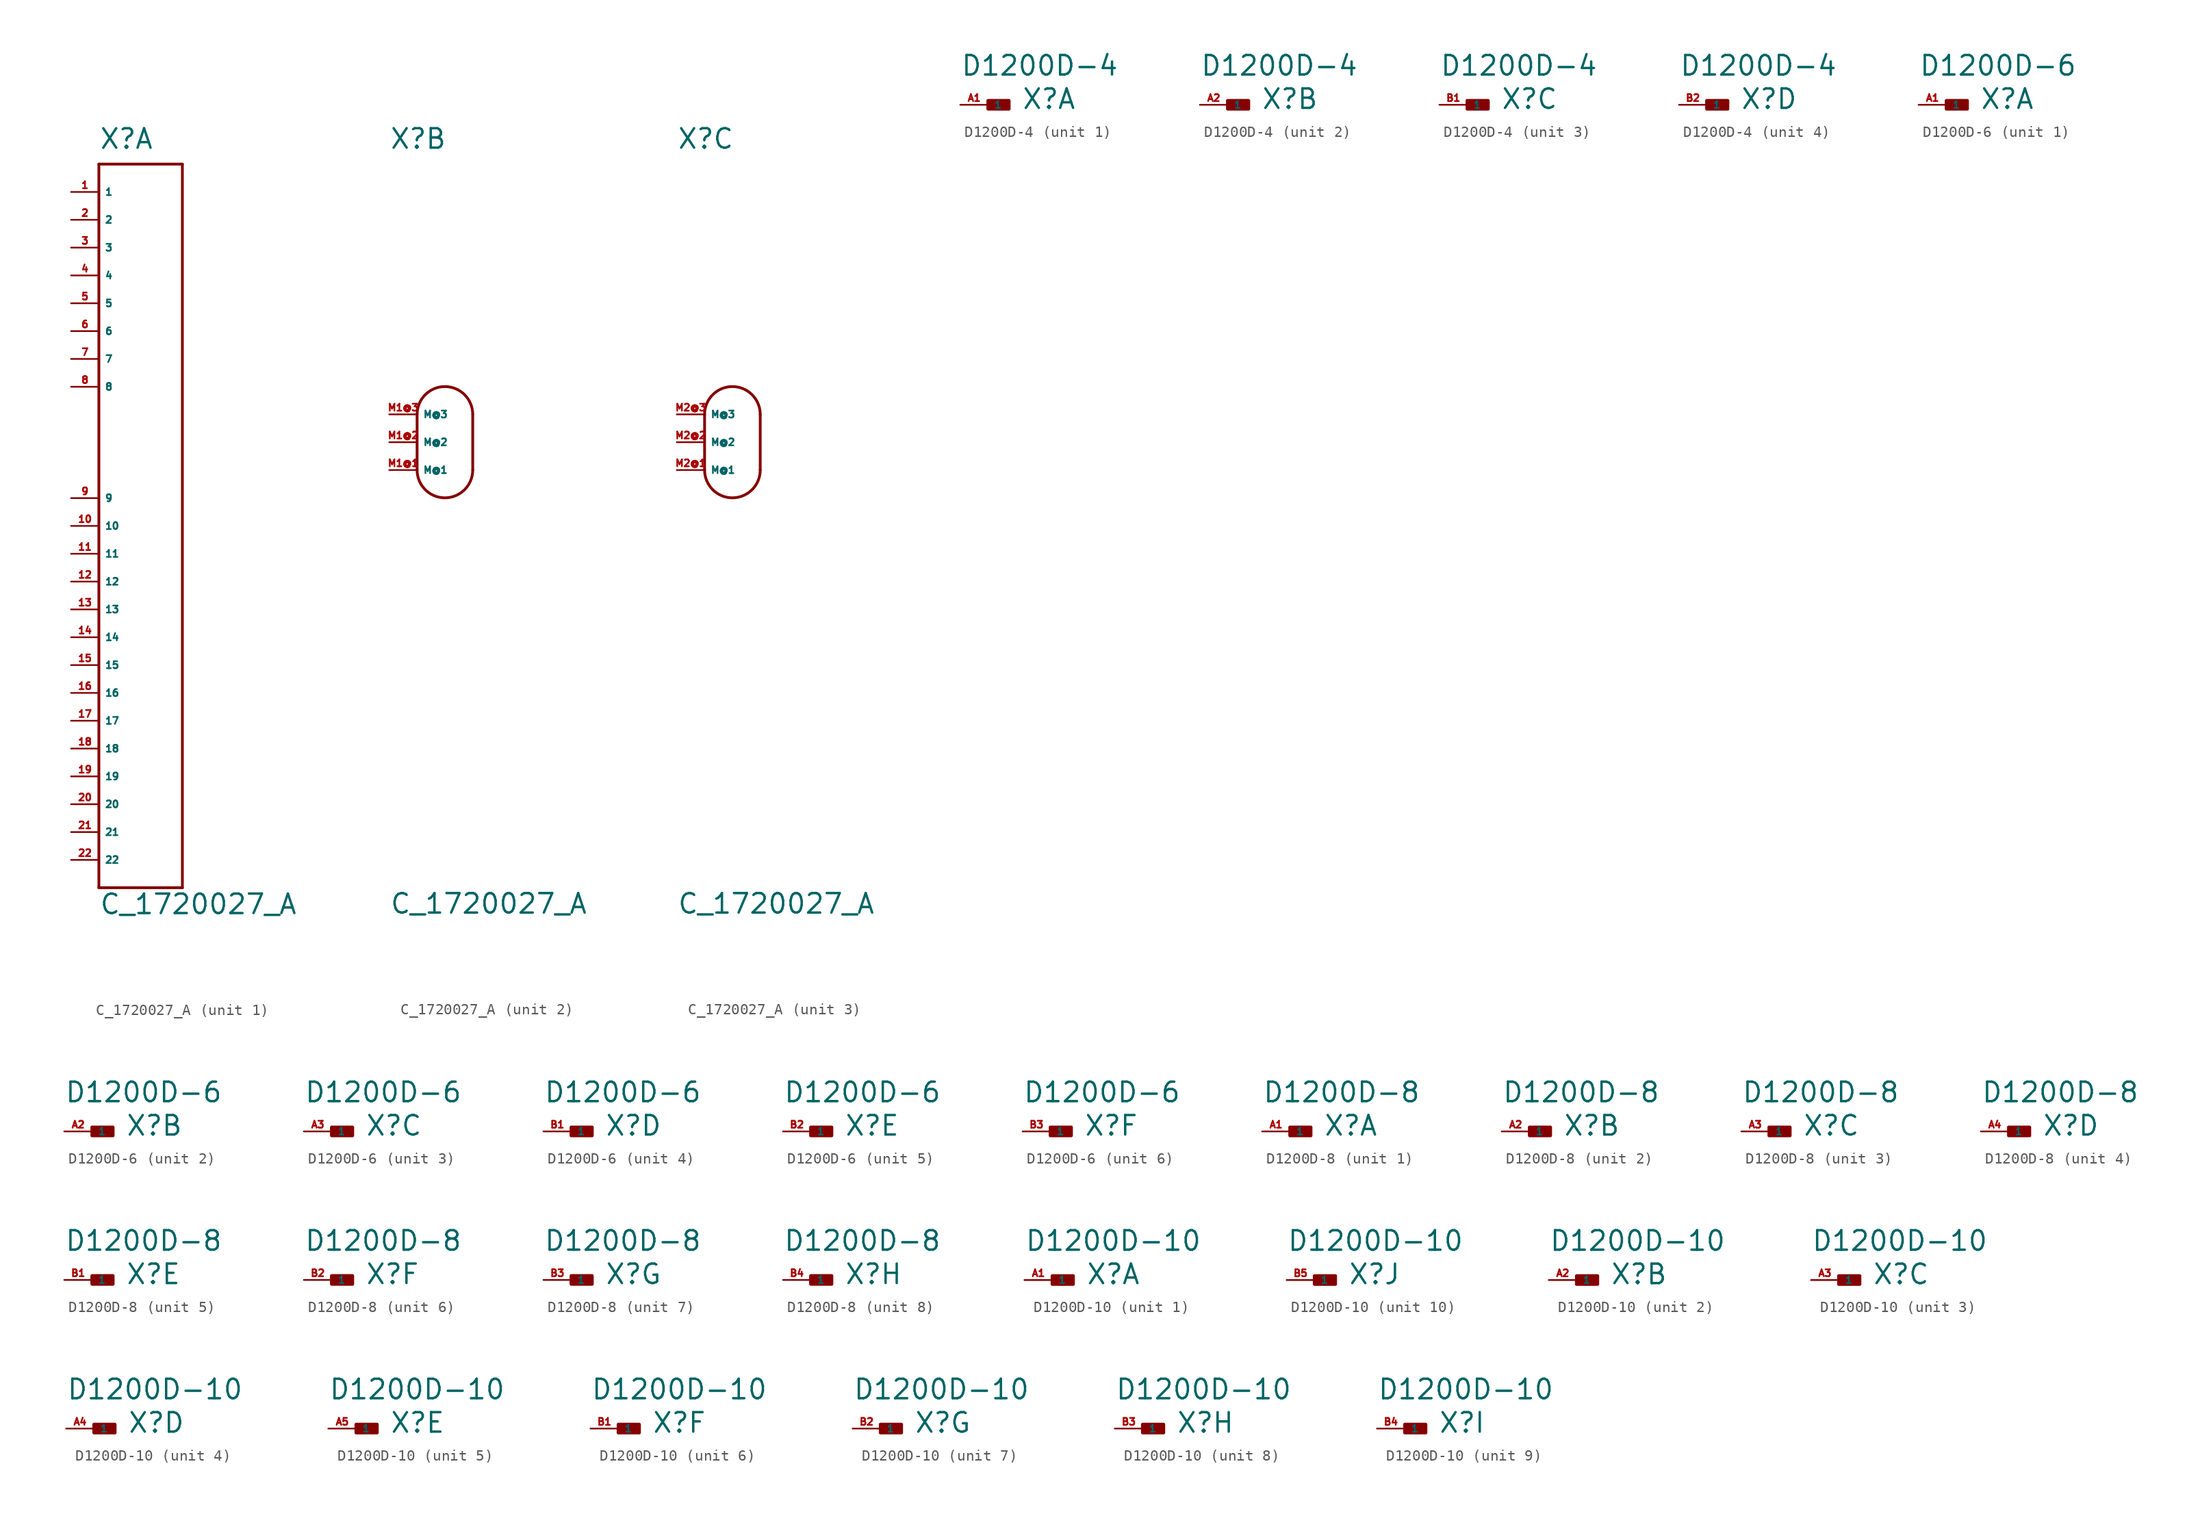
<source format=kicad_sym>
(kicad_symbol_lib
  (version 20220914)
  (generator Eagle2Kicad)
  (symbol "C_1720027_A"
    (property "Reference" "X"
      (at -2.54 26.67 0)
      (effects (font (size 1.778 1.778) (thickness 0.22)) (justify left bottom)))
    (property "Value" "C_1720027_A"
      (at -2.54 -43.18 0)
      (effects (font (size 1.778 1.778) (thickness 0.22)) (justify left bottom)))
    (symbol "C_1720027_A_1_0"
      (polyline (pts (xy -2.54 25.4) (xy -2.54 -40.64)) (stroke (width 0.254) (type default)) (fill (type none)))
      (polyline (pts (xy -2.54 -40.64) (xy 5.08 -40.64)) (stroke (width 0.254) (type default)) (fill (type none)))
      (polyline (pts (xy 5.08 -40.64) (xy 5.08 25.4)) (stroke (width 0.254) (type default)) (fill (type none)))
      (polyline (pts (xy 5.08 25.4) (xy -2.54 25.4)) (stroke (width 0.254) (type default)) (fill (type none)))
      (pin passive line (at -5.08 22.86 0) (length 2.54) (name "1" (effects (font (size 0.635 0.635) (thickness 0.08)) (justify left bottom))) (number "1" (effects (font (size 0.635 0.635) (thickness 0.08)) (justify left bottom))))
      (pin passive line (at -5.08 20.32 0) (length 2.54) (name "2" (effects (font (size 0.635 0.635) (thickness 0.08)) (justify left bottom))) (number "2" (effects (font (size 0.635 0.635) (thickness 0.08)) (justify left bottom))))
      (pin passive line (at -5.08 17.78 0) (length 2.54) (name "3" (effects (font (size 0.635 0.635) (thickness 0.08)) (justify left bottom))) (number "3" (effects (font (size 0.635 0.635) (thickness 0.08)) (justify left bottom))))
      (pin passive line (at -5.08 15.24 0) (length 2.54) (name "4" (effects (font (size 0.635 0.635) (thickness 0.08)) (justify left bottom))) (number "4" (effects (font (size 0.635 0.635) (thickness 0.08)) (justify left bottom))))
      (pin passive line (at -5.08 12.7 0) (length 2.54) (name "5" (effects (font (size 0.635 0.635) (thickness 0.08)) (justify left bottom))) (number "5" (effects (font (size 0.635 0.635) (thickness 0.08)) (justify left bottom))))
      (pin passive line (at -5.08 10.16 0) (length 2.54) (name "6" (effects (font (size 0.635 0.635) (thickness 0.08)) (justify left bottom))) (number "6" (effects (font (size 0.635 0.635) (thickness 0.08)) (justify left bottom))))
      (pin passive line (at -5.08 7.62 0) (length 2.54) (name "7" (effects (font (size 0.635 0.635) (thickness 0.08)) (justify left bottom))) (number "7" (effects (font (size 0.635 0.635) (thickness 0.08)) (justify left bottom))))
      (pin passive line (at -5.08 5.08 0) (length 2.54) (name "8" (effects (font (size 0.635 0.635) (thickness 0.08)) (justify left bottom))) (number "8" (effects (font (size 0.635 0.635) (thickness 0.08)) (justify left bottom))))
      (pin passive line (at -5.08 -5.08 0) (length 2.54) (name "9" (effects (font (size 0.635 0.635) (thickness 0.08)) (justify left bottom))) (number "9" (effects (font (size 0.635 0.635) (thickness 0.08)) (justify left bottom))))
      (pin passive line (at -5.08 -7.62 0) (length 2.54) (name "10" (effects (font (size 0.635 0.635) (thickness 0.08)) (justify left bottom))) (number "10" (effects (font (size 0.635 0.635) (thickness 0.08)) (justify left bottom))))
      (pin passive line (at -5.08 -10.16 0) (length 2.54) (name "11" (effects (font (size 0.635 0.635) (thickness 0.08)) (justify left bottom))) (number "11" (effects (font (size 0.635 0.635) (thickness 0.08)) (justify left bottom))))
      (pin passive line (at -5.08 -12.7 0) (length 2.54) (name "12" (effects (font (size 0.635 0.635) (thickness 0.08)) (justify left bottom))) (number "12" (effects (font (size 0.635 0.635) (thickness 0.08)) (justify left bottom))))
      (pin passive line (at -5.08 -15.24 0) (length 2.54) (name "13" (effects (font (size 0.635 0.635) (thickness 0.08)) (justify left bottom))) (number "13" (effects (font (size 0.635 0.635) (thickness 0.08)) (justify left bottom))))
      (pin passive line (at -5.08 -17.78 0) (length 2.54) (name "14" (effects (font (size 0.635 0.635) (thickness 0.08)) (justify left bottom))) (number "14" (effects (font (size 0.635 0.635) (thickness 0.08)) (justify left bottom))))
      (pin passive line (at -5.08 -20.32 0) (length 2.54) (name "15" (effects (font (size 0.635 0.635) (thickness 0.08)) (justify left bottom))) (number "15" (effects (font (size 0.635 0.635) (thickness 0.08)) (justify left bottom))))
      (pin passive line (at -5.08 -22.86 0) (length 2.54) (name "16" (effects (font (size 0.635 0.635) (thickness 0.08)) (justify left bottom))) (number "16" (effects (font (size 0.635 0.635) (thickness 0.08)) (justify left bottom))))
      (pin passive line (at -5.08 -25.4 0) (length 2.54) (name "17" (effects (font (size 0.635 0.635) (thickness 0.08)) (justify left bottom))) (number "17" (effects (font (size 0.635 0.635) (thickness 0.08)) (justify left bottom))))
      (pin passive line (at -5.08 -27.94 0) (length 2.54) (name "18" (effects (font (size 0.635 0.635) (thickness 0.08)) (justify left bottom))) (number "18" (effects (font (size 0.635 0.635) (thickness 0.08)) (justify left bottom))))
      (pin passive line (at -5.08 -30.48 0) (length 2.54) (name "19" (effects (font (size 0.635 0.635) (thickness 0.08)) (justify left bottom))) (number "19" (effects (font (size 0.635 0.635) (thickness 0.08)) (justify left bottom))))
      (pin passive line (at -5.08 -33.02 0) (length 2.54) (name "20" (effects (font (size 0.635 0.635) (thickness 0.08)) (justify left bottom))) (number "20" (effects (font (size 0.635 0.635) (thickness 0.08)) (justify left bottom))))
      (pin passive line (at -5.08 -35.56 0) (length 2.54) (name "21" (effects (font (size 0.635 0.635) (thickness 0.08)) (justify left bottom))) (number "21" (effects (font (size 0.635 0.635) (thickness 0.08)) (justify left bottom))))
      (pin passive line (at -5.08 -38.1 0) (length 2.54) (name "22" (effects (font (size 0.635 0.635) (thickness 0.08)) (justify left bottom))) (number "22" (effects (font (size 0.635 0.635) (thickness 0.08)) (justify left bottom)))))
    (symbol "C_1720027_A_2_0"
      (arc (start 0 -2.54) (mid 2.540 -5.080) (end 5.08 -2.54) (stroke (width 0.254) (type default)) (fill (type none)))
      (polyline (pts (xy 5.08 -2.54) (xy 5.08 2.54)) (stroke (width 0.254) (type default)) (fill (type none)))
      (arc (start 5.08 2.54) (mid 2.540 5.080) (end 0 2.54) (stroke (width 0.254) (type default)) (fill (type none)))
      (polyline (pts (xy 0 -2.54) (xy 0 2.54)) (stroke (width 0.254) (type default)) (fill (type none)))
      (pin passive line (at -2.54 -2.54 0) (length 2.54) (name "M@1" (effects (font (size 0.635 0.635) (thickness 0.08)) (justify left bottom))) (number "M1@1" (effects (font (size 0.635 0.635) (thickness 0.08)) (justify left bottom))))
      (pin passive line (at -2.54 0 0) (length 2.54) (name "M@2" (effects (font (size 0.635 0.635) (thickness 0.08)) (justify left bottom))) (number "M1@2" (effects (font (size 0.635 0.635) (thickness 0.08)) (justify left bottom))))
      (pin passive line (at -2.54 2.54 0) (length 2.54) (name "M@3" (effects (font (size 0.635 0.635) (thickness 0.08)) (justify left bottom))) (number "M1@3" (effects (font (size 0.635 0.635) (thickness 0.08)) (justify left bottom)))))
    (symbol "C_1720027_A_3_0"
      (arc (start 0 -2.54) (mid 2.540 -5.080) (end 5.08 -2.54) (stroke (width 0.254) (type default)) (fill (type none)))
      (polyline (pts (xy 5.08 -2.54) (xy 5.08 2.54)) (stroke (width 0.254) (type default)) (fill (type none)))
      (arc (start 5.08 2.54) (mid 2.540 5.080) (end 0 2.54) (stroke (width 0.254) (type default)) (fill (type none)))
      (polyline (pts (xy 0 -2.54) (xy 0 2.54)) (stroke (width 0.254) (type default)) (fill (type none)))
      (pin passive line (at -2.54 -2.54 0) (length 2.54) (name "M@1" (effects (font (size 0.635 0.635) (thickness 0.08)) (justify left bottom))) (number "M2@1" (effects (font (size 0.635 0.635) (thickness 0.08)) (justify left bottom))))
      (pin passive line (at -2.54 0 0) (length 2.54) (name "M@2" (effects (font (size 0.635 0.635) (thickness 0.08)) (justify left bottom))) (number "M2@2" (effects (font (size 0.635 0.635) (thickness 0.08)) (justify left bottom))))
      (pin passive line (at -2.54 2.54 0) (length 2.54) (name "M@3" (effects (font (size 0.635 0.635) (thickness 0.08)) (justify left bottom))) (number "M2@3" (effects (font (size 0.635 0.635) (thickness 0.08)) (justify left bottom))))))
  (symbol "D1200D-4"
    (property "Reference" "X"
      (at 3.048 -0.508 0)
      (effects (font (size 1.778 1.778) (thickness 0.22)) (justify left bottom)))
    (property "Value" "D1200D-4"
      (at -2.54 2.54 0)
      (effects (font (size 1.778 1.778) (thickness 0.22)) (justify left bottom)))
    (symbol "D1200D-4_1_0"
      (rectangle (start 0 -0.381) (end 1.905 0.381) (stroke (width 0.3) (type default)) (fill (type outline)))
      (pin passive line (at -2.54 0 0) (length 2.54) (name "1" (effects (font (size 0.635 0.635) (thickness 0.08)) (justify left bottom))) (number "A1" (effects (font (size 0.635 0.635) (thickness 0.08)) (justify left bottom)))))
    (symbol "D1200D-4_2_0"
      (rectangle (start 0 -0.381) (end 1.905 0.381) (stroke (width 0.3) (type default)) (fill (type outline)))
      (pin passive line (at -2.54 0 0) (length 2.54) (name "1" (effects (font (size 0.635 0.635) (thickness 0.08)) (justify left bottom))) (number "A2" (effects (font (size 0.635 0.635) (thickness 0.08)) (justify left bottom)))))
    (symbol "D1200D-4_3_0"
      (rectangle (start 0 -0.381) (end 1.905 0.381) (stroke (width 0.3) (type default)) (fill (type outline)))
      (pin passive line (at -2.54 0 0) (length 2.54) (name "1" (effects (font (size 0.635 0.635) (thickness 0.08)) (justify left bottom))) (number "B1" (effects (font (size 0.635 0.635) (thickness 0.08)) (justify left bottom)))))
    (symbol "D1200D-4_4_0"
      (rectangle (start 0 -0.381) (end 1.905 0.381) (stroke (width 0.3) (type default)) (fill (type outline)))
      (pin passive line (at -2.54 0 0) (length 2.54) (name "1" (effects (font (size 0.635 0.635) (thickness 0.08)) (justify left bottom))) (number "B2" (effects (font (size 0.635 0.635) (thickness 0.08)) (justify left bottom))))))
  (symbol "D1200D-6"
    (property "Reference" "X"
      (at 3.048 -0.508 0)
      (effects (font (size 1.778 1.778) (thickness 0.22)) (justify left bottom)))
    (property "Value" "D1200D-6"
      (at -2.54 2.54 0)
      (effects (font (size 1.778 1.778) (thickness 0.22)) (justify left bottom)))
    (symbol "D1200D-6_1_0"
      (rectangle (start 0 -0.381) (end 1.905 0.381) (stroke (width 0.3) (type default)) (fill (type outline)))
      (pin passive line (at -2.54 0 0) (length 2.54) (name "1" (effects (font (size 0.635 0.635) (thickness 0.08)) (justify left bottom))) (number "A1" (effects (font (size 0.635 0.635) (thickness 0.08)) (justify left bottom)))))
    (symbol "D1200D-6_2_0"
      (rectangle (start 0 -0.381) (end 1.905 0.381) (stroke (width 0.3) (type default)) (fill (type outline)))
      (pin passive line (at -2.54 0 0) (length 2.54) (name "1" (effects (font (size 0.635 0.635) (thickness 0.08)) (justify left bottom))) (number "A2" (effects (font (size 0.635 0.635) (thickness 0.08)) (justify left bottom)))))
    (symbol "D1200D-6_3_0"
      (rectangle (start 0 -0.381) (end 1.905 0.381) (stroke (width 0.3) (type default)) (fill (type outline)))
      (pin passive line (at -2.54 0 0) (length 2.54) (name "1" (effects (font (size 0.635 0.635) (thickness 0.08)) (justify left bottom))) (number "A3" (effects (font (size 0.635 0.635) (thickness 0.08)) (justify left bottom)))))
    (symbol "D1200D-6_4_0"
      (rectangle (start 0 -0.381) (end 1.905 0.381) (stroke (width 0.3) (type default)) (fill (type outline)))
      (pin passive line (at -2.54 0 0) (length 2.54) (name "1" (effects (font (size 0.635 0.635) (thickness 0.08)) (justify left bottom))) (number "B1" (effects (font (size 0.635 0.635) (thickness 0.08)) (justify left bottom)))))
    (symbol "D1200D-6_5_0"
      (rectangle (start 0 -0.381) (end 1.905 0.381) (stroke (width 0.3) (type default)) (fill (type outline)))
      (pin passive line (at -2.54 0 0) (length 2.54) (name "1" (effects (font (size 0.635 0.635) (thickness 0.08)) (justify left bottom))) (number "B2" (effects (font (size 0.635 0.635) (thickness 0.08)) (justify left bottom)))))
    (symbol "D1200D-6_6_0"
      (rectangle (start 0 -0.381) (end 1.905 0.381) (stroke (width 0.3) (type default)) (fill (type outline)))
      (pin passive line (at -2.54 0 0) (length 2.54) (name "1" (effects (font (size 0.635 0.635) (thickness 0.08)) (justify left bottom))) (number "B3" (effects (font (size 0.635 0.635) (thickness 0.08)) (justify left bottom))))))
  (symbol "D1200D-8"
    (property "Reference" "X"
      (at 3.048 -0.508 0)
      (effects (font (size 1.778 1.778) (thickness 0.22)) (justify left bottom)))
    (property "Value" "D1200D-8"
      (at -2.54 2.54 0)
      (effects (font (size 1.778 1.778) (thickness 0.22)) (justify left bottom)))
    (symbol "D1200D-8_1_0"
      (rectangle (start 0 -0.381) (end 1.905 0.381) (stroke (width 0.3) (type default)) (fill (type outline)))
      (pin passive line (at -2.54 0 0) (length 2.54) (name "1" (effects (font (size 0.635 0.635) (thickness 0.08)) (justify left bottom))) (number "A1" (effects (font (size 0.635 0.635) (thickness 0.08)) (justify left bottom)))))
    (symbol "D1200D-8_2_0"
      (rectangle (start 0 -0.381) (end 1.905 0.381) (stroke (width 0.3) (type default)) (fill (type outline)))
      (pin passive line (at -2.54 0 0) (length 2.54) (name "1" (effects (font (size 0.635 0.635) (thickness 0.08)) (justify left bottom))) (number "A2" (effects (font (size 0.635 0.635) (thickness 0.08)) (justify left bottom)))))
    (symbol "D1200D-8_3_0"
      (rectangle (start 0 -0.381) (end 1.905 0.381) (stroke (width 0.3) (type default)) (fill (type outline)))
      (pin passive line (at -2.54 0 0) (length 2.54) (name "1" (effects (font (size 0.635 0.635) (thickness 0.08)) (justify left bottom))) (number "A3" (effects (font (size 0.635 0.635) (thickness 0.08)) (justify left bottom)))))
    (symbol "D1200D-8_4_0"
      (rectangle (start 0 -0.381) (end 1.905 0.381) (stroke (width 0.3) (type default)) (fill (type outline)))
      (pin passive line (at -2.54 0 0) (length 2.54) (name "1" (effects (font (size 0.635 0.635) (thickness 0.08)) (justify left bottom))) (number "A4" (effects (font (size 0.635 0.635) (thickness 0.08)) (justify left bottom)))))
    (symbol "D1200D-8_5_0"
      (rectangle (start 0 -0.381) (end 1.905 0.381) (stroke (width 0.3) (type default)) (fill (type outline)))
      (pin passive line (at -2.54 0 0) (length 2.54) (name "1" (effects (font (size 0.635 0.635) (thickness 0.08)) (justify left bottom))) (number "B1" (effects (font (size 0.635 0.635) (thickness 0.08)) (justify left bottom)))))
    (symbol "D1200D-8_6_0"
      (rectangle (start 0 -0.381) (end 1.905 0.381) (stroke (width 0.3) (type default)) (fill (type outline)))
      (pin passive line (at -2.54 0 0) (length 2.54) (name "1" (effects (font (size 0.635 0.635) (thickness 0.08)) (justify left bottom))) (number "B2" (effects (font (size 0.635 0.635) (thickness 0.08)) (justify left bottom)))))
    (symbol "D1200D-8_7_0"
      (rectangle (start 0 -0.381) (end 1.905 0.381) (stroke (width 0.3) (type default)) (fill (type outline)))
      (pin passive line (at -2.54 0 0) (length 2.54) (name "1" (effects (font (size 0.635 0.635) (thickness 0.08)) (justify left bottom))) (number "B3" (effects (font (size 0.635 0.635) (thickness 0.08)) (justify left bottom)))))
    (symbol "D1200D-8_8_0"
      (rectangle (start 0 -0.381) (end 1.905 0.381) (stroke (width 0.3) (type default)) (fill (type outline)))
      (pin passive line (at -2.54 0 0) (length 2.54) (name "1" (effects (font (size 0.635 0.635) (thickness 0.08)) (justify left bottom))) (number "B4" (effects (font (size 0.635 0.635) (thickness 0.08)) (justify left bottom))))))
  (symbol "D1200D-10"
    (property "Reference" "X"
      (at 3.048 -0.508 0)
      (effects (font (size 1.778 1.778) (thickness 0.22)) (justify left bottom)))
    (property "Value" "D1200D-10"
      (at -2.54 2.54 0)
      (effects (font (size 1.778 1.778) (thickness 0.22)) (justify left bottom)))
    (symbol "D1200D-10_1_0"
      (rectangle (start 0 -0.381) (end 1.905 0.381) (stroke (width 0.3) (type default)) (fill (type outline)))
      (pin passive line (at -2.54 0 0) (length 2.54) (name "1" (effects (font (size 0.635 0.635) (thickness 0.08)) (justify left bottom))) (number "A1" (effects (font (size 0.635 0.635) (thickness 0.08)) (justify left bottom)))))
    (symbol "D1200D-10_2_0"
      (rectangle (start 0 -0.381) (end 1.905 0.381) (stroke (width 0.3) (type default)) (fill (type outline)))
      (pin passive line (at -2.54 0 0) (length 2.54) (name "1" (effects (font (size 0.635 0.635) (thickness 0.08)) (justify left bottom))) (number "A2" (effects (font (size 0.635 0.635) (thickness 0.08)) (justify left bottom)))))
    (symbol "D1200D-10_3_0"
      (rectangle (start 0 -0.381) (end 1.905 0.381) (stroke (width 0.3) (type default)) (fill (type outline)))
      (pin passive line (at -2.54 0 0) (length 2.54) (name "1" (effects (font (size 0.635 0.635) (thickness 0.08)) (justify left bottom))) (number "A3" (effects (font (size 0.635 0.635) (thickness 0.08)) (justify left bottom)))))
    (symbol "D1200D-10_4_0"
      (rectangle (start 0 -0.381) (end 1.905 0.381) (stroke (width 0.3) (type default)) (fill (type outline)))
      (pin passive line (at -2.54 0 0) (length 2.54) (name "1" (effects (font (size 0.635 0.635) (thickness 0.08)) (justify left bottom))) (number "A4" (effects (font (size 0.635 0.635) (thickness 0.08)) (justify left bottom)))))
    (symbol "D1200D-10_5_0"
      (rectangle (start 0 -0.381) (end 1.905 0.381) (stroke (width 0.3) (type default)) (fill (type outline)))
      (pin passive line (at -2.54 0 0) (length 2.54) (name "1" (effects (font (size 0.635 0.635) (thickness 0.08)) (justify left bottom))) (number "A5" (effects (font (size 0.635 0.635) (thickness 0.08)) (justify left bottom)))))
    (symbol "D1200D-10_6_0"
      (rectangle (start 0 -0.381) (end 1.905 0.381) (stroke (width 0.3) (type default)) (fill (type outline)))
      (pin passive line (at -2.54 0 0) (length 2.54) (name "1" (effects (font (size 0.635 0.635) (thickness 0.08)) (justify left bottom))) (number "B1" (effects (font (size 0.635 0.635) (thickness 0.08)) (justify left bottom)))))
    (symbol "D1200D-10_7_0"
      (rectangle (start 0 -0.381) (end 1.905 0.381) (stroke (width 0.3) (type default)) (fill (type outline)))
      (pin passive line (at -2.54 0 0) (length 2.54) (name "1" (effects (font (size 0.635 0.635) (thickness 0.08)) (justify left bottom))) (number "B2" (effects (font (size 0.635 0.635) (thickness 0.08)) (justify left bottom)))))
    (symbol "D1200D-10_8_0"
      (rectangle (start 0 -0.381) (end 1.905 0.381) (stroke (width 0.3) (type default)) (fill (type outline)))
      (pin passive line (at -2.54 0 0) (length 2.54) (name "1" (effects (font (size 0.635 0.635) (thickness 0.08)) (justify left bottom))) (number "B3" (effects (font (size 0.635 0.635) (thickness 0.08)) (justify left bottom)))))
    (symbol "D1200D-10_9_0"
      (rectangle (start 0 -0.381) (end 1.905 0.381) (stroke (width 0.3) (type default)) (fill (type outline)))
      (pin passive line (at -2.54 0 0) (length 2.54) (name "1" (effects (font (size 0.635 0.635) (thickness 0.08)) (justify left bottom))) (number "B4" (effects (font (size 0.635 0.635) (thickness 0.08)) (justify left bottom)))))
    (symbol "D1200D-10_10_0"
      (rectangle (start 0 -0.381) (end 1.905 0.381) (stroke (width 0.3) (type default)) (fill (type outline)))
      (pin passive line (at -2.54 0 0) (length 2.54) (name "1" (effects (font (size 0.635 0.635) (thickness 0.08)) (justify left bottom))) (number "B5" (effects (font (size 0.635 0.635) (thickness 0.08)) (justify left bottom)))))))
</source>
